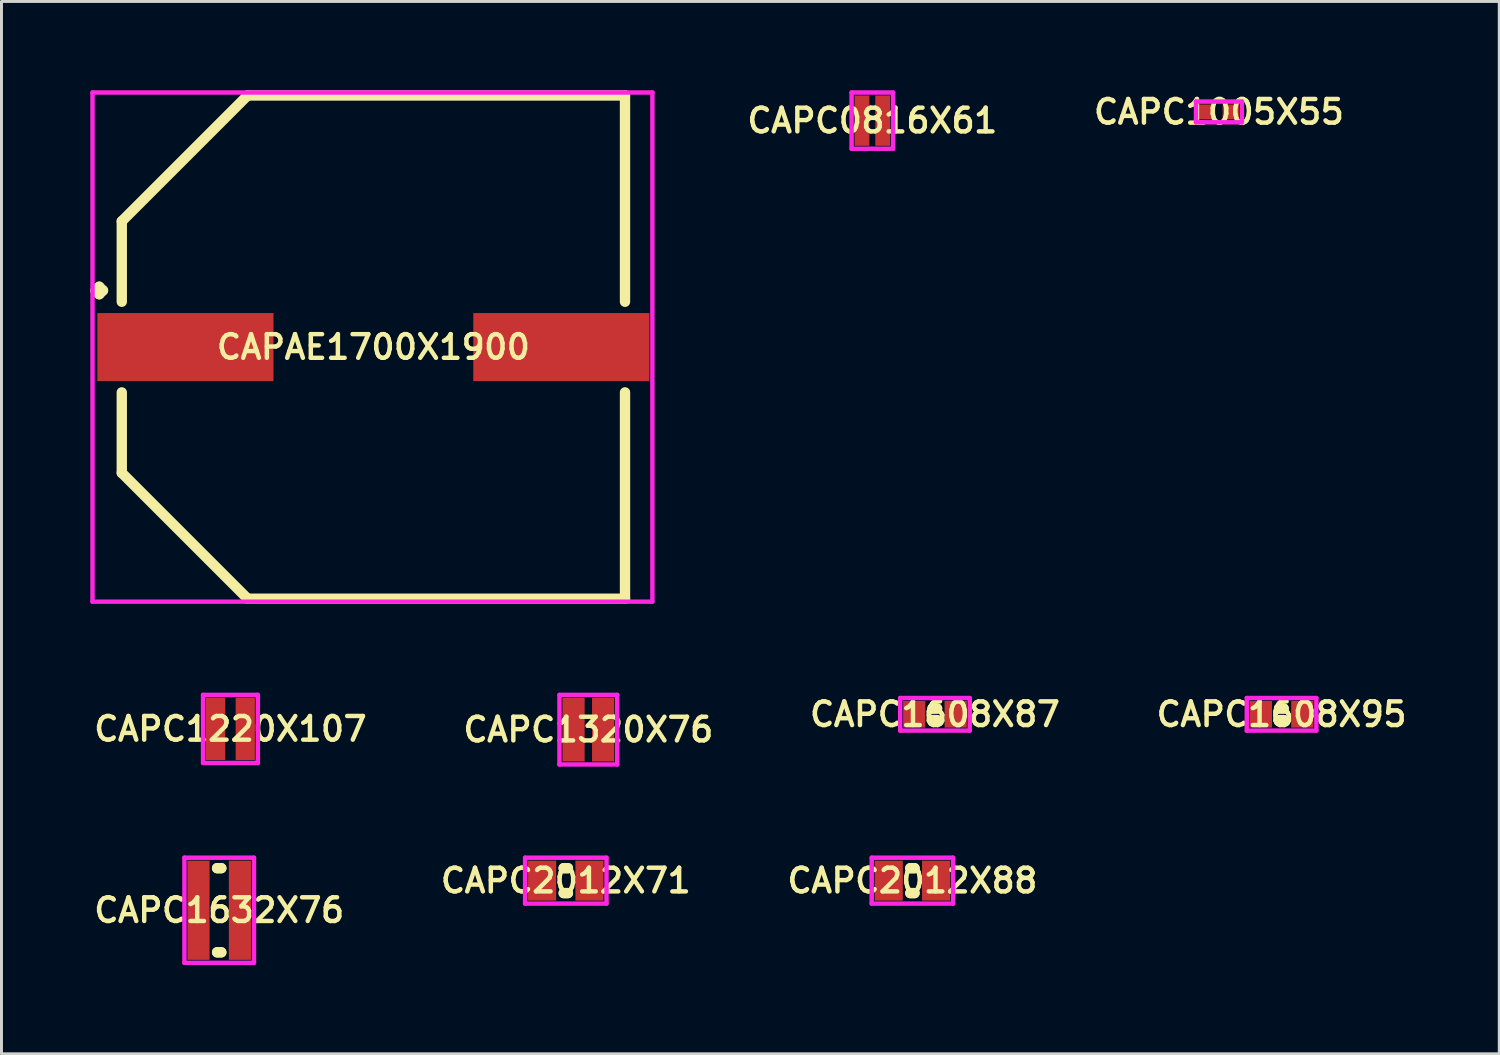
<source format=kicad_pcb>
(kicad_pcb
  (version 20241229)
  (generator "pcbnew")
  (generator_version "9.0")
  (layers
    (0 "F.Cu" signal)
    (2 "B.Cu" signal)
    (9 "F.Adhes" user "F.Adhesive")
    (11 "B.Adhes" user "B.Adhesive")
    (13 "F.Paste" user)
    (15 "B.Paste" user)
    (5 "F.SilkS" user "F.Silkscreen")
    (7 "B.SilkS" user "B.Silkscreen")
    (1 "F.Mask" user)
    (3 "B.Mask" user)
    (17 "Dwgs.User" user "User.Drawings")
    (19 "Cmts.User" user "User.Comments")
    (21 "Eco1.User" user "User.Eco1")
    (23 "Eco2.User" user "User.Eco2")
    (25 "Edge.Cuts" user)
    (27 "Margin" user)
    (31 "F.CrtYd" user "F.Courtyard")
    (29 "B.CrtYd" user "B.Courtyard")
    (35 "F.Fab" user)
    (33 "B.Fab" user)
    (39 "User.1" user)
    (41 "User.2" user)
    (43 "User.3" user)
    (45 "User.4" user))
  (footprint "CAPAE1700X1900"
    (layer "F.Cu")
    (at 9.564 8.675)
    (property "Reference" "CAPAE1700X1900" (at 0 0 0) (layer "F.SilkS") (effects (font (size 0.8 0.8) (thickness 0.15))))
    (attr smd)
    (fp_line (start -9.389 -1.912) (end -9.262 -2.039) (stroke (width 0.35) (type solid)) (layer "F.SilkS"))
    (fp_line (start -9.262 -2.039) (end -9.135 -1.912) (stroke (width 0.35) (type solid)) (layer "F.SilkS"))
    (fp_line (start -9.262 -1.785) (end -9.389 -1.912) (stroke (width 0.35) (type solid)) (layer "F.SilkS"))
    (fp_line (start -9.135 -1.912) (end -9.262 -1.785) (stroke (width 0.35) (type solid)) (layer "F.SilkS"))
    (fp_line (start -8.5 -4.25) (end -8.5 -1.531) (stroke (width 0.35) (type solid)) (layer "F.SilkS"))
    (fp_line (start -8.5 4.25) (end -8.5 1.531) (stroke (width 0.35) (type solid)) (layer "F.SilkS"))
    (fp_line (start -4.25 -8.5) (end -8.5 -4.25) (stroke (width 0.35) (type solid)) (layer "F.SilkS"))
    (fp_line (start -4.25 8.5) (end -8.5 4.25) (stroke (width 0.35) (type solid)) (layer "F.SilkS"))
    (fp_line (start 8.5 -8.5) (end -4.25 -8.5) (stroke (width 0.35) (type solid)) (layer "F.SilkS"))
    (fp_line (start 8.5 -1.531) (end 8.5 -8.5) (stroke (width 0.35) (type solid)) (layer "F.SilkS"))
    (fp_line (start 8.5 1.531) (end 8.5 8.5) (stroke (width 0.35) (type solid)) (layer "F.SilkS"))
    (fp_line (start 8.5 8.5) (end -4.25 8.5) (stroke (width 0.35) (type solid)) (layer "F.SilkS"))
    (fp_line (start -9.489 -8.6) (end 9.425 -8.6) (stroke (width 0.15) (type solid)) (layer "F.CrtYd"))
    (fp_line (start -9.489 8.6) (end -9.489 -8.6) (stroke (width 0.15) (type solid)) (layer "F.CrtYd"))
    (fp_line (start 9.425 -8.6) (end 9.425 8.6) (stroke (width 0.15) (type solid)) (layer "F.CrtYd"))
    (fp_line (start 9.425 8.6) (end -9.489 8.6) (stroke (width 0.15) (type solid)) (layer "F.CrtYd"))
    (pad "1" smd rect (at -6.35 0) (size 5.95 2.3) (layers "F.Cu" "F.Mask" "F.Paste"))
    (pad "2" smd rect (at 6.35 0) (size 5.95 2.3) (layers "F.Cu" "F.Mask" "F.Paste")))
  (footprint "CAPC1608X87"
    (layer "F.Cu")
    (at 28.535 21.081)
    (property "Reference" "CAPC1608X87" (at 0 0 0) (layer "F.SilkS") (effects (font (size 0.8 0.8) (thickness 0.15))))
    (attr smd)
    (fp_line (start -0.071 -0.196) (end 0.071 -0.196) (stroke (width 0.35) (type solid)) (layer "F.SilkS"))
    (fp_line (start -0.071 0.196) (end 0.071 0.196) (stroke (width 0.35) (type solid)) (layer "F.SilkS"))
    (fp_line (start 0.071 -0.196) (end -0.071 -0.196) (stroke (width 0.35) (type solid)) (layer "F.SilkS"))
    (fp_line (start 0.071 0.196) (end -0.071 0.196) (stroke (width 0.35) (type solid)) (layer "F.SilkS"))
    (fp_line (start -1.175 -0.55) (end 1.175 -0.55) (stroke (width 0.15) (type solid)) (layer "F.CrtYd"))
    (fp_line (start -1.175 0.55) (end -1.175 -0.55) (stroke (width 0.15) (type solid)) (layer "F.CrtYd"))
    (fp_line (start 1.175 -0.55) (end 1.175 0.55) (stroke (width 0.15) (type solid)) (layer "F.CrtYd"))
    (fp_line (start 1.175 0.55) (end -1.175 0.55) (stroke (width 0.15) (type solid)) (layer "F.CrtYd"))
    (pad "1" smd rect (at -0.7 0) (size 0.75 0.9) (layers "F.Cu" "F.Mask" "F.Paste"))
    (pad "2" smd rect (at 0.7 0) (size 0.75 0.9) (layers "F.Cu" "F.Mask" "F.Paste")))
  (footprint "CAPC1632X76"
    (layer "F.Cu")
    (at 4.355 27.7)
    (property "Reference" "CAPC1632X76" (at 0 0 0) (layer "F.SilkS") (effects (font (size 0.8 0.8) (thickness 0.15))))
    (attr through_hole)
    (fp_line (start -0.071 -1.421) (end 0.071 -1.421) (stroke (width 0.35) (type solid)) (layer "F.SilkS"))
    (fp_line (start -0.071 1.421) (end 0.071 1.421) (stroke (width 0.35) (type solid)) (layer "F.SilkS"))
    (fp_line (start 0.071 -1.421) (end -0.071 -1.421) (stroke (width 0.35) (type solid)) (layer "F.SilkS"))
    (fp_line (start 0.071 1.421) (end -0.071 1.421) (stroke (width 0.35) (type solid)) (layer "F.SilkS"))
    (fp_line (start -1.175 -1.775) (end 1.175 -1.775) (stroke (width 0.15) (type solid)) (layer "F.CrtYd"))
    (fp_line (start -1.175 1.775) (end -1.175 -1.775) (stroke (width 0.15) (type solid)) (layer "F.CrtYd"))
    (fp_line (start 1.175 -1.775) (end 1.175 1.775) (stroke (width 0.15) (type solid)) (layer "F.CrtYd"))
    (fp_line (start 1.175 1.775) (end -1.175 1.775) (stroke (width 0.15) (type solid)) (layer "F.CrtYd"))
    (pad "1" smd rect (at -0.7 0) (size 0.75 3.35) (layers "F.Cu" "F.Mask" "F.Paste"))
    (pad "2" smd rect (at 0.7 0) (size 0.75 3.35) (layers "F.Cu" "F.Mask" "F.Paste")))
  (footprint "CAPC2012X71"
    (layer "F.Cu")
    (at 16.064 26.7)
    (property "Reference" "CAPC2012X71" (at 0 0 0) (layer "F.SilkS") (effects (font (size 0.8 0.8) (thickness 0.15))))
    (attr through_hole)
    (fp_line (start -0.071 -0.421) (end 0.071 -0.421) (stroke (width 0.35) (type solid)) (layer "F.SilkS"))
    (fp_line (start -0.071 0.421) (end 0.071 0.421) (stroke (width 0.35) (type solid)) (layer "F.SilkS"))
    (fp_line (start 0.071 -0.421) (end -0.071 -0.421) (stroke (width 0.35) (type solid)) (layer "F.SilkS"))
    (fp_line (start 0.071 0.421) (end -0.071 0.421) (stroke (width 0.35) (type solid)) (layer "F.SilkS"))
    (fp_line (start -1.375 -0.775) (end 1.375 -0.775) (stroke (width 0.15) (type solid)) (layer "F.CrtYd"))
    (fp_line (start -1.375 0.775) (end -1.375 -0.775) (stroke (width 0.15) (type solid)) (layer "F.CrtYd"))
    (fp_line (start 1.375 -0.775) (end 1.375 0.775) (stroke (width 0.15) (type solid)) (layer "F.CrtYd"))
    (fp_line (start 1.375 0.775) (end -1.375 0.775) (stroke (width 0.15) (type solid)) (layer "F.CrtYd"))
    (pad "1" smd rect (at -0.8 0) (size 0.95 1.35) (layers "F.Cu" "F.Mask" "F.Paste"))
    (pad "2" smd rect (at 0.8 0) (size 0.95 1.35) (layers "F.Cu" "F.Mask" "F.Paste")))
  (footprint "CAPC1608X95"
    (layer "F.Cu")
    (at 40.244 21.081)
    (property "Reference" "CAPC1608X95" (at 0 0 0) (layer "F.SilkS") (effects (font (size 0.8 0.8) (thickness 0.15))))
    (attr smd)
    (fp_line (start -0.071 -0.196) (end 0.071 -0.196) (stroke (width 0.35) (type solid)) (layer "F.SilkS"))
    (fp_line (start -0.071 0.196) (end 0.071 0.196) (stroke (width 0.35) (type solid)) (layer "F.SilkS"))
    (fp_line (start 0.071 -0.196) (end -0.071 -0.196) (stroke (width 0.35) (type solid)) (layer "F.SilkS"))
    (fp_line (start 0.071 0.196) (end -0.071 0.196) (stroke (width 0.35) (type solid)) (layer "F.SilkS"))
    (fp_line (start -1.175 -0.55) (end 1.175 -0.55) (stroke (width 0.15) (type solid)) (layer "F.CrtYd"))
    (fp_line (start -1.175 0.55) (end -1.175 -0.55) (stroke (width 0.15) (type solid)) (layer "F.CrtYd"))
    (fp_line (start 1.175 -0.55) (end 1.175 0.55) (stroke (width 0.15) (type solid)) (layer "F.CrtYd"))
    (fp_line (start 1.175 0.55) (end -1.175 0.55) (stroke (width 0.15) (type solid)) (layer "F.CrtYd"))
    (pad "1" smd rect (at -0.7 0) (size 0.75 0.9) (layers "F.Cu" "F.Mask" "F.Paste"))
    (pad "2" smd rect (at 0.7 0) (size 0.75 0.9) (layers "F.Cu" "F.Mask" "F.Paste")))
  (footprint "CAPC1320X76"
    (layer "F.Cu")
    (at 16.825 21.6)
    (property "Reference" "CAPC1320X76" (at 0 0 0) (layer "F.SilkS") (effects (font (size 0.8 0.8) (thickness 0.15))))
    (attr through_hole)
    (fp_line (start -0.975 -1.175) (end 0.975 -1.175) (stroke (width 0.15) (type solid)) (layer "F.CrtYd"))
    (fp_line (start -0.975 1.175) (end -0.975 -1.175) (stroke (width 0.15) (type solid)) (layer "F.CrtYd"))
    (fp_line (start 0.975 -1.175) (end 0.975 1.175) (stroke (width 0.15) (type solid)) (layer "F.CrtYd"))
    (fp_line (start 0.975 1.175) (end -0.975 1.175) (stroke (width 0.15) (type solid)) (layer "F.CrtYd"))
    (pad "1" smd rect (at -0.5 0) (size 0.75 2.15) (layers "F.Cu" "F.Mask" "F.Paste"))
    (pad "2" smd rect (at 0.5 0) (size 0.75 2.15) (layers "F.Cu" "F.Mask" "F.Paste")))
  (footprint "CAPC0816X61"
    (layer "F.Cu")
    (at 26.419 1.025)
    (property "Reference" "CAPC0816X61" (at 0 0 0) (layer "F.SilkS") (effects (font (size 0.8 0.8) (thickness 0.15))))
    (attr smd)
    (fp_line (start -0.7 -0.95) (end 0.7 -0.95) (stroke (width 0.15) (type solid)) (layer "F.CrtYd"))
    (fp_line (start -0.7 0.95) (end -0.7 -0.95) (stroke (width 0.15) (type solid)) (layer "F.CrtYd"))
    (fp_line (start 0.7 -0.95) (end 0.7 0.95) (stroke (width 0.15) (type solid)) (layer "F.CrtYd"))
    (fp_line (start 0.7 0.95) (end -0.7 0.95) (stroke (width 0.15) (type solid)) (layer "F.CrtYd"))
    (pad "1" smd rect (at -0.35 0) (size 0.5 1.7) (layers "F.Cu" "F.Mask" "F.Paste"))
    (pad "2" smd rect (at 0.35 0) (size 0.5 1.7) (layers "F.Cu" "F.Mask" "F.Paste")))
  (footprint "CAPC1220X107"
    (layer "F.Cu")
    (at 4.735 21.575)
    (property "Reference" "CAPC1220X107" (at 0 0 0) (layer "F.SilkS") (effects (font (size 0.8 0.8) (thickness 0.15))))
    (attr smd)
    (fp_line (start -0.925 -1.15) (end 0.925 -1.15) (stroke (width 0.15) (type solid)) (layer "F.CrtYd"))
    (fp_line (start -0.925 1.15) (end -0.925 -1.15) (stroke (width 0.15) (type solid)) (layer "F.CrtYd"))
    (fp_line (start 0.925 -1.15) (end 0.925 1.15) (stroke (width 0.15) (type solid)) (layer "F.CrtYd"))
    (fp_line (start 0.925 1.15) (end -0.925 1.15) (stroke (width 0.15) (type solid)) (layer "F.CrtYd"))
    (pad "1" smd rect (at -0.5 0) (size 0.65 2.1) (layers "F.Cu" "F.Mask" "F.Paste"))
    (pad "2" smd rect (at 0.5 0) (size 0.65 2.1) (layers "F.Cu" "F.Mask" "F.Paste")))
  (footprint "CAPC1005X55"
    (layer "F.Cu")
    (at 38.128 0.731)
    (property "Reference" "CAPC1005X55" (at 0 0 0) (layer "F.SilkS") (effects (font (size 0.8 0.8) (thickness 0.15))))
    (attr smd)
    (fp_line (start -0.775 -0.35) (end 0.775 -0.35) (stroke (width 0.15) (type solid)) (layer "F.CrtYd"))
    (fp_line (start -0.775 0.35) (end -0.775 -0.35) (stroke (width 0.15) (type solid)) (layer "F.CrtYd"))
    (fp_line (start 0.775 -0.35) (end 0.775 0.35) (stroke (width 0.15) (type solid)) (layer "F.CrtYd"))
    (fp_line (start 0.775 0.35) (end -0.775 0.35) (stroke (width 0.15) (type solid)) (layer "F.CrtYd"))
    (pad "1" smd rect (at -0.4 0) (size 0.55 0.5) (layers "F.Cu" "F.Mask" "F.Paste"))
    (pad "2" smd rect (at 0.4 0) (size 0.55 0.5) (layers "F.Cu" "F.Mask" "F.Paste")))
  (footprint "CAPC2012X88"
    (layer "F.Cu")
    (at 27.773 26.7)
    (property "Reference" "CAPC2012X88" (at 0 0 0) (layer "F.SilkS") (effects (font (size 0.8 0.8) (thickness 0.15))))
    (attr through_hole)
    (fp_line (start -0.071 -0.421) (end 0.071 -0.421) (stroke (width 0.35) (type solid)) (layer "F.SilkS"))
    (fp_line (start -0.071 0.421) (end 0.071 0.421) (stroke (width 0.35) (type solid)) (layer "F.SilkS"))
    (fp_line (start 0.071 -0.421) (end -0.071 -0.421) (stroke (width 0.35) (type solid)) (layer "F.SilkS"))
    (fp_line (start 0.071 0.421) (end -0.071 0.421) (stroke (width 0.35) (type solid)) (layer "F.SilkS"))
    (fp_line (start -1.375 -0.775) (end 1.375 -0.775) (stroke (width 0.15) (type solid)) (layer "F.CrtYd"))
    (fp_line (start -1.375 0.775) (end -1.375 -0.775) (stroke (width 0.15) (type solid)) (layer "F.CrtYd"))
    (fp_line (start 1.375 -0.775) (end 1.375 0.775) (stroke (width 0.15) (type solid)) (layer "F.CrtYd"))
    (fp_line (start 1.375 0.775) (end -1.375 0.775) (stroke (width 0.15) (type solid)) (layer "F.CrtYd"))
    (pad "1" smd rect (at -0.8 0) (size 0.95 1.35) (layers "F.Cu" "F.Mask" "F.Paste"))
    (pad "2" smd rect (at 0.8 0) (size 0.95 1.35) (layers "F.Cu" "F.Mask" "F.Paste")))
  (gr_rect
    (start -3 -3)
    (end 47.598 32.55)
    (stroke (width 0.1) (type default))
    (fill no)
    (layer "Edge.Cuts")))
</source>
